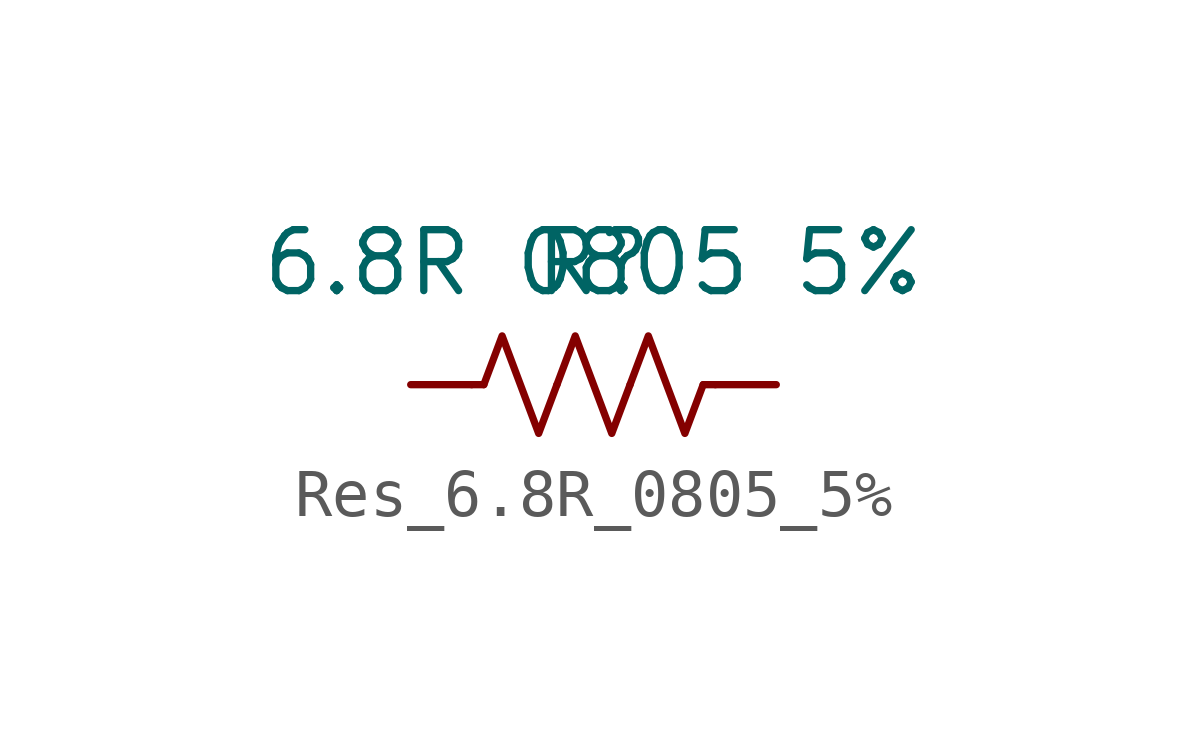
<source format=kicad_sym>
(kicad_symbol_lib
  (version 20231120)
  (generator "kicad_symbol_editor")
  (generator_version "8.0")
  (symbol "Res_6.8R_0805_5%"
    (pin_numbers hide)
    (pin_names hide)
    (property "Reference" "R"
      (at 0 0 0)
      (effects (font (size 1.27 1.27))))
    (property "Value" "6.8R 0805 5%"
      (at 0 0 0)
      (effects (font (size 1.27 1.27))))
    (symbol "Res_6.8R_0805_5%_0_1"
      (polyline (pts (xy -2.286 -2.54) (xy -2.54 -2.54)) (stroke (width 0) (type default)) (fill (type none)))
      (polyline (pts (xy 2.286 -2.54) (xy 2.54 -2.54)) (stroke (width 0) (type default)) (fill (type none)))
      (polyline (pts (xy -2.286 -2.54) (xy -1.905 -1.524) (xy -1.524 -2.54) (xy -1.143 -3.556) (xy -0.762 -2.54)) (stroke (width 0) (type default)) (fill (type none)))
      (polyline (pts (xy 0.762 -2.54) (xy 1.143 -1.524) (xy 1.524 -2.54) (xy 1.905 -3.556) (xy 2.286 -2.54)) (stroke (width 0) (type default)) (fill (type none))))
    (symbol "Res_6.8R_0805_5%_1_1"
      (polyline (pts (xy -0.762 -2.54) (xy -0.381 -1.524) (xy 0 -2.54) (xy 0.381 -3.556) (xy 0.762 -2.54)) (stroke (width 0) (type default)) (fill (type none)))
      (pin passive line (at -3.81 -2.54 0) (length 1.27) (name "~" (effects (font (size 1.27 1.27)))) (number "1" (effects (font (size 1.27 1.27)))))
      (pin passive line (at 3.81 -2.54 180) (length 1.27) (name "~" (effects (font (size 1.27 1.27)))) (number "2" (effects (font (size 1.27 1.27))))))))
</source>
